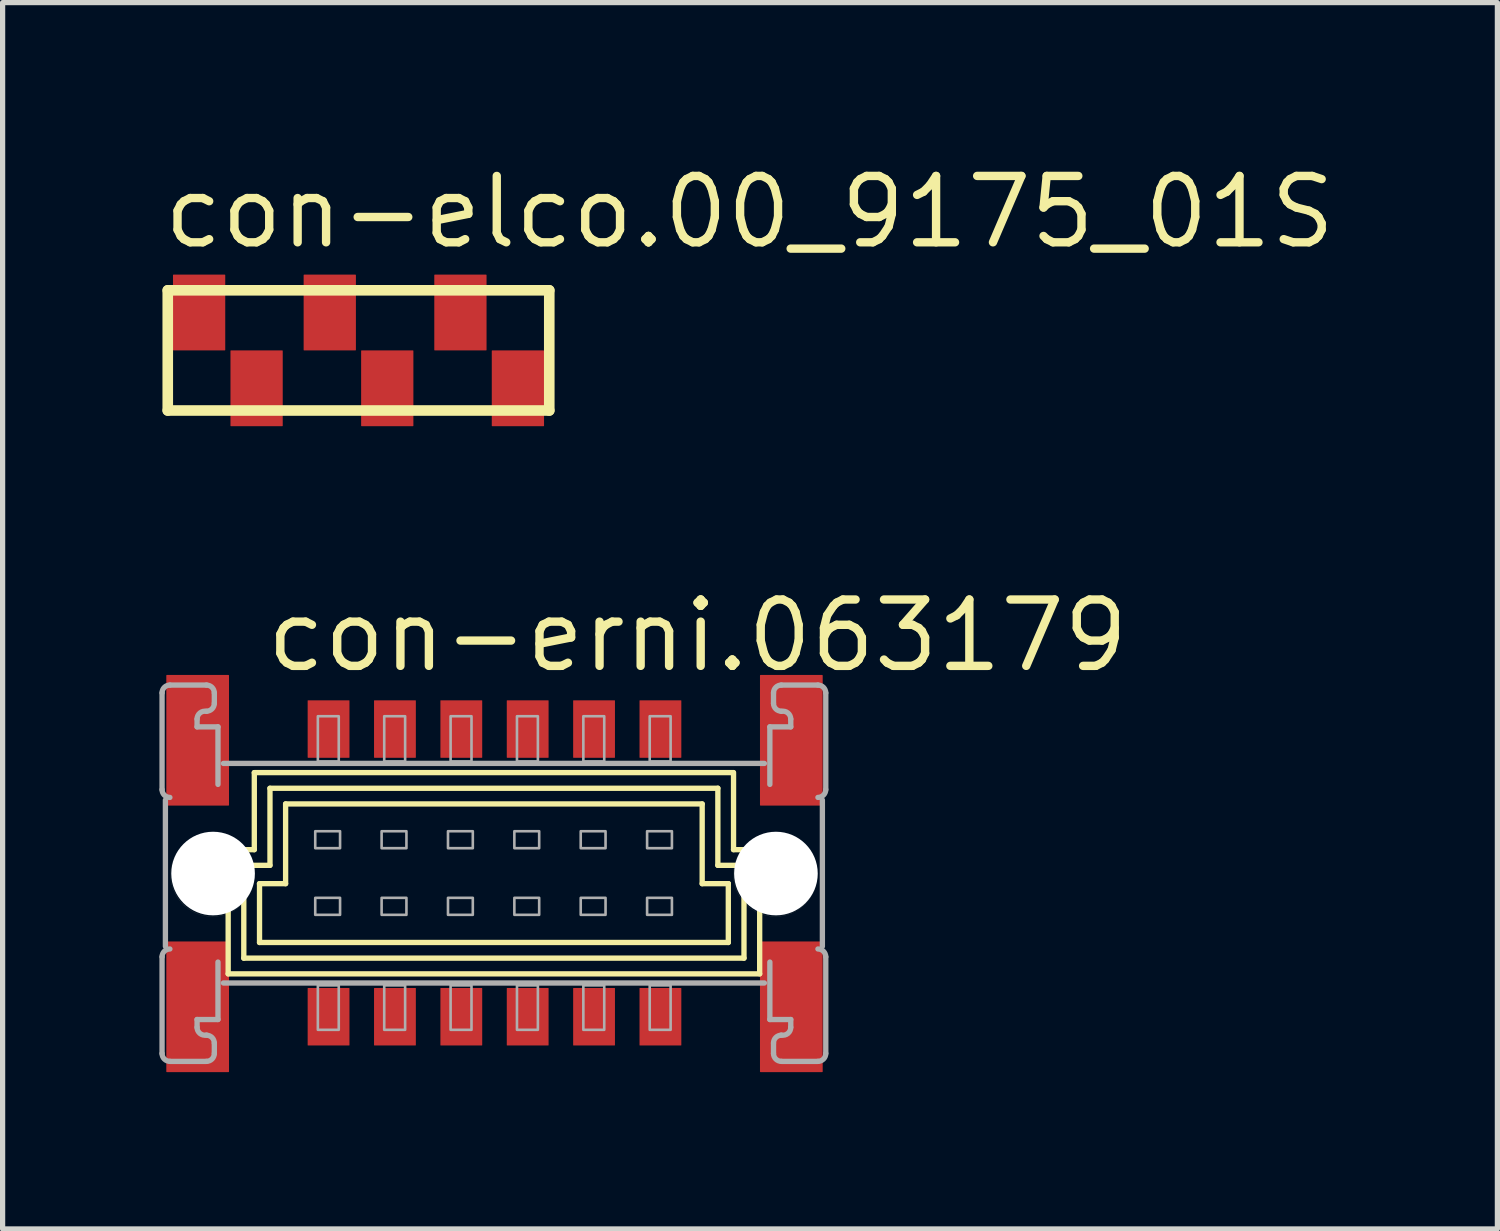
<source format=kicad_pcb>
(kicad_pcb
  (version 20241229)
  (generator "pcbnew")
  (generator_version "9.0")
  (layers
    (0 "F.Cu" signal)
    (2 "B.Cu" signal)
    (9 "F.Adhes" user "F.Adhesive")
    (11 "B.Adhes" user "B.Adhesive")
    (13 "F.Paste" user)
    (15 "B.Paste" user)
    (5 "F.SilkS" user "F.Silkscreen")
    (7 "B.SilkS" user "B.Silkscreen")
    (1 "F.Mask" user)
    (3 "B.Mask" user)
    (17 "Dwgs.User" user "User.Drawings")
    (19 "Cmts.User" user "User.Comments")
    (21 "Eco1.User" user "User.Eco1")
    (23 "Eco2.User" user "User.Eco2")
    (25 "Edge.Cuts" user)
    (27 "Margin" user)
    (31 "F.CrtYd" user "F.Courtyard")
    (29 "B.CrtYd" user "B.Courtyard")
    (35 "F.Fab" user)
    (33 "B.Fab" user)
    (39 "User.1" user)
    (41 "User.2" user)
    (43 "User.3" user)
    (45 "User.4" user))
  (footprint "con-erni.063179"
    (layer "F.Cu")
    (at 6.412 13.665)
    (property "Reference" "con-erni.063179" (at -4.445 -3.81 0) (layer "F.SilkS") (effects (font (size 1.27 1.27) (thickness 0.16)) (justify left bottom)))
    (attr smd)
    (fp_line (start -5.096 1.919) (end -5.096 -0.457) (stroke (width 0.102) (type default)) (layer "F.SilkS"))
    (fp_line (start -4.797 1.619) (end -4.797 -0.157) (stroke (width 0.102) (type default)) (layer "F.SilkS"))
    (fp_line (start -4.797 1.619) (end 4.774 1.619) (stroke (width 0.102) (type default)) (layer "F.SilkS"))
    (fp_line (start -4.597 -0.457) (end -5.097 -0.457) (stroke (width 0.102) (type default)) (layer "F.SilkS"))
    (fp_line (start -4.596 -0.457) (end -4.596 -1.931) (stroke (width 0.102) (type default)) (layer "F.SilkS"))
    (fp_line (start -4.496 1.319) (end -4.496 0.194) (stroke (width 0.102) (type default)) (layer "F.SilkS"))
    (fp_line (start -4.297 -0.157) (end -4.797 -0.157) (stroke (width 0.102) (type default)) (layer "F.SilkS"))
    (fp_line (start -4.296 -0.157) (end -4.296 -1.631) (stroke (width 0.102) (type default)) (layer "F.SilkS"))
    (fp_line (start -3.997 -1.332) (end -3.997 0.194) (stroke (width 0.102) (type default)) (layer "F.SilkS"))
    (fp_line (start -3.997 0.194) (end -4.497 0.194) (stroke (width 0.102) (type default)) (layer "F.SilkS"))
    (fp_line (start 3.974 0.194) (end 3.974 -1.331) (stroke (width 0.102) (type default)) (layer "F.SilkS"))
    (fp_line (start 3.974 -1.332) (end -3.997 -1.332) (stroke (width 0.102) (type default)) (layer "F.SilkS"))
    (fp_line (start 4.274 -1.632) (end -4.297 -1.632) (stroke (width 0.102) (type default)) (layer "F.SilkS"))
    (fp_line (start 4.274 -0.157) (end 4.274 -1.632) (stroke (width 0.102) (type default)) (layer "F.SilkS"))
    (fp_line (start 4.474 0.194) (end 3.974 0.194) (stroke (width 0.102) (type default)) (layer "F.SilkS"))
    (fp_line (start 4.474 1.319) (end -4.496 1.319) (stroke (width 0.102) (type default)) (layer "F.SilkS"))
    (fp_line (start 4.474 1.319) (end 4.474 0.194) (stroke (width 0.102) (type default)) (layer "F.SilkS"))
    (fp_line (start 4.474 0.194) (end 4.474 0.194) (stroke (width 0.102) (type default)) (layer "F.SilkS"))
    (fp_line (start 4.569 -1.931) (end -4.596 -1.931) (stroke (width 0.102) (type default)) (layer "F.SilkS"))
    (fp_line (start 4.574 -0.457) (end 4.574 -1.932) (stroke (width 0.102) (type default)) (layer "F.SilkS"))
    (fp_line (start 4.774 -0.157) (end 4.274 -0.157) (stroke (width 0.102) (type default)) (layer "F.SilkS"))
    (fp_line (start 4.774 1.619) (end 4.774 -0.157) (stroke (width 0.102) (type default)) (layer "F.SilkS"))
    (fp_line (start 5.074 1.919) (end -5.096 1.919) (stroke (width 0.102) (type default)) (layer "F.SilkS"))
    (fp_line (start 5.074 1.919) (end 5.074 -0.457) (stroke (width 0.102) (type default)) (layer "F.SilkS"))
    (fp_line (start 5.074 -0.457) (end 4.574 -0.457) (stroke (width 0.102) (type default)) (layer "F.SilkS"))
    (fp_circle (center -5.396 0.022) (end -4.596 0.022) (stroke (width 0.001) (type default)) (fill no) (layer "F.SilkS"))
    (fp_circle (center 5.373 0.022) (end 6.173 0.022) (stroke (width 0.001) (type default)) (fill no) (layer "F.SilkS"))
    (fp_line (start -6.361 -1.607) (end -6.361 -3.457) (stroke (width 0.102) (type default)) (layer "F.Fab"))
    (fp_line (start -6.361 1.593) (end -6.361 3.443) (stroke (width 0.102) (type default)) (layer "F.Fab"))
    (fp_line (start -6.297 -1.407) (end -6.297 1.394) (stroke (width 0.102) (type default)) (layer "F.Fab"))
    (fp_line (start -6.211 -3.607) (end -5.511 -3.607) (stroke (width 0.102) (type default)) (layer "F.Fab"))
    (fp_line (start -6.211 3.594) (end -5.511 3.594) (stroke (width 0.102) (type default)) (layer "F.Fab"))
    (fp_line (start -5.691 -2.957) (end -5.691 -2.807) (stroke (width 0.102) (type default)) (layer "F.Fab"))
    (fp_line (start -5.691 2.943) (end -5.691 2.793) (stroke (width 0.102) (type default)) (layer "F.Fab"))
    (fp_line (start -5.361 -3.457) (end -5.361 -3.256) (stroke (width 0.102) (type default)) (layer "F.Fab"))
    (fp_line (start -5.361 3.443) (end -5.361 3.244) (stroke (width 0.102) (type default)) (layer "F.Fab"))
    (fp_line (start -5.291 -2.807) (end -5.691 -2.807) (stroke (width 0.102) (type default)) (layer "F.Fab"))
    (fp_line (start -5.291 -2.807) (end -5.291 -1.706) (stroke (width 0.102) (type default)) (layer "F.Fab"))
    (fp_line (start -5.291 1.694) (end -5.291 2.793) (stroke (width 0.102) (type default)) (layer "F.Fab"))
    (fp_line (start -5.291 2.793) (end -5.691 2.793) (stroke (width 0.102) (type default)) (layer "F.Fab"))
    (fp_line (start -5.187 2.094) (end 5.164 2.094) (stroke (width 0.102) (type default)) (layer "F.Fab"))
    (fp_line (start 5.164 -2.107) (end -5.187 -2.107) (stroke (width 0.102) (type default)) (layer "F.Fab"))
    (fp_line (start 5.269 -2.807) (end 5.669 -2.807) (stroke (width 0.102) (type default)) (layer "F.Fab"))
    (fp_line (start 5.269 -1.706) (end 5.269 -2.807) (stroke (width 0.102) (type default)) (layer "F.Fab"))
    (fp_line (start 5.269 2.793) (end 5.269 1.694) (stroke (width 0.102) (type default)) (layer "F.Fab"))
    (fp_line (start 5.269 2.793) (end 5.669 2.793) (stroke (width 0.102) (type default)) (layer "F.Fab"))
    (fp_line (start 5.339 -3.457) (end 5.339 -3.256) (stroke (width 0.102) (type default)) (layer "F.Fab"))
    (fp_line (start 5.339 3.443) (end 5.339 3.244) (stroke (width 0.102) (type default)) (layer "F.Fab"))
    (fp_line (start 5.669 -2.957) (end 5.669 -2.807) (stroke (width 0.102) (type default)) (layer "F.Fab"))
    (fp_line (start 5.669 2.943) (end 5.669 2.793) (stroke (width 0.102) (type default)) (layer "F.Fab"))
    (fp_line (start 6.189 -3.607) (end 5.489 -3.607) (stroke (width 0.102) (type default)) (layer "F.Fab"))
    (fp_line (start 6.189 3.594) (end 5.489 3.594) (stroke (width 0.102) (type default)) (layer "F.Fab"))
    (fp_line (start 6.274 -1.407) (end 6.274 1.394) (stroke (width 0.102) (type default)) (layer "F.Fab"))
    (fp_line (start 6.339 -1.607) (end 6.339 -3.457) (stroke (width 0.102) (type default)) (layer "F.Fab"))
    (fp_line (start 6.339 1.593) (end 6.339 3.443) (stroke (width 0.102) (type default)) (layer "F.Fab"))
    (fp_rect (start -3.43 -0.485) (end -2.955 -0.81) (stroke (width 0.05) (type default)) (fill no) (layer "F.Fab"))
    (fp_rect (start -3.43 0.79) (end -2.955 0.465) (stroke (width 0.05) (type default)) (fill no) (layer "F.Fab"))
    (fp_rect (start -3.38 -2.145) (end -2.98 -3.01) (stroke (width 0.05) (type default)) (fill no) (layer "F.Fab"))
    (fp_rect (start -3.38 2.99) (end -2.98 2.14) (stroke (width 0.05) (type default)) (fill no) (layer "F.Fab"))
    (fp_rect (start -2.16 -0.485) (end -1.685 -0.81) (stroke (width 0.05) (type default)) (fill no) (layer "F.Fab"))
    (fp_rect (start -2.16 0.79) (end -1.685 0.465) (stroke (width 0.05) (type default)) (fill no) (layer "F.Fab"))
    (fp_rect (start -2.11 -2.145) (end -1.71 -3.01) (stroke (width 0.05) (type default)) (fill no) (layer "F.Fab"))
    (fp_rect (start -2.11 2.99) (end -1.71 2.14) (stroke (width 0.05) (type default)) (fill no) (layer "F.Fab"))
    (fp_rect (start -0.89 -0.485) (end -0.415 -0.81) (stroke (width 0.05) (type default)) (fill no) (layer "F.Fab"))
    (fp_rect (start -0.89 0.79) (end -0.415 0.465) (stroke (width 0.05) (type default)) (fill no) (layer "F.Fab"))
    (fp_rect (start -0.84 -2.145) (end -0.44 -3.01) (stroke (width 0.05) (type default)) (fill no) (layer "F.Fab"))
    (fp_rect (start -0.84 2.99) (end -0.44 2.14) (stroke (width 0.05) (type default)) (fill no) (layer "F.Fab"))
    (fp_rect (start 0.38 -0.485) (end 0.855 -0.81) (stroke (width 0.05) (type default)) (fill no) (layer "F.Fab"))
    (fp_rect (start 0.38 0.79) (end 0.855 0.465) (stroke (width 0.05) (type default)) (fill no) (layer "F.Fab"))
    (fp_rect (start 0.43 -2.145) (end 0.83 -3.01) (stroke (width 0.05) (type default)) (fill no) (layer "F.Fab"))
    (fp_rect (start 0.43 2.99) (end 0.83 2.14) (stroke (width 0.05) (type default)) (fill no) (layer "F.Fab"))
    (fp_rect (start 1.65 -0.485) (end 2.125 -0.81) (stroke (width 0.05) (type default)) (fill no) (layer "F.Fab"))
    (fp_rect (start 1.65 0.79) (end 2.125 0.465) (stroke (width 0.05) (type default)) (fill no) (layer "F.Fab"))
    (fp_rect (start 1.7 -2.145) (end 2.1 -3.01) (stroke (width 0.05) (type default)) (fill no) (layer "F.Fab"))
    (fp_rect (start 1.7 2.99) (end 2.1 2.14) (stroke (width 0.05) (type default)) (fill no) (layer "F.Fab"))
    (fp_rect (start 2.92 -0.485) (end 3.395 -0.81) (stroke (width 0.05) (type default)) (fill no) (layer "F.Fab"))
    (fp_rect (start 2.92 0.79) (end 3.395 0.465) (stroke (width 0.05) (type default)) (fill no) (layer "F.Fab"))
    (fp_rect (start 2.97 -2.145) (end 3.37 -3.01) (stroke (width 0.05) (type default)) (fill no) (layer "F.Fab"))
    (fp_rect (start 2.97 2.99) (end 3.37 2.14) (stroke (width 0.05) (type default)) (fill no) (layer "F.Fab"))
    (fp_arc (start -6.3612 -3.4565) (mid -6.317266 -3.562566) (end -6.2112 -3.6065) (stroke (width 0.1016) (type default)) (layer "F.Fab"))
    (fp_arc (start -6.3612 1.5935) (mid -6.317266 1.487434) (end -6.2112 1.4435) (stroke (width 0.1016) (type default)) (layer "F.Fab"))
    (fp_arc (start -6.2112 -1.4565) (mid -6.317266 -1.500434) (end -6.3612 -1.6065) (stroke (width 0.1016) (type default)) (layer "F.Fab"))
    (fp_arc (start -6.2112 3.5935) (mid -6.317266 3.549566) (end -6.3612 3.4435) (stroke (width 0.1016) (type default)) (layer "F.Fab"))
    (fp_arc (start -5.6912 -2.9565) (mid -5.636396 -3.072609) (end -5.5118 -3.1036) (stroke (width 0.1016) (type default)) (layer "F.Fab"))
    (fp_arc (start -5.5118 3.0906) (mid -5.636336 3.059535) (end -5.6912 2.9435) (stroke (width 0.1016) (type default)) (layer "F.Fab"))
    (fp_arc (start -5.5113 -3.6065) (mid -5.405234 -3.562566) (end -5.3613 -3.4565) (stroke (width 0.1016) (type default)) (layer "F.Fab"))
    (fp_arc (start -5.5113 3.0935) (mid -5.405234 3.137434) (end -5.3613 3.2435) (stroke (width 0.1016) (type default)) (layer "F.Fab"))
    (fp_arc (start -5.3613 -3.2565) (mid -5.405234 -3.150434) (end -5.5113 -3.1065) (stroke (width 0.1016) (type default)) (layer "F.Fab"))
    (fp_arc (start -5.3613 3.4435) (mid -5.405234 3.549566) (end -5.5113 3.5935) (stroke (width 0.1016) (type default)) (layer "F.Fab"))
    (fp_arc (start 5.3388 -3.4565) (mid 5.382734 -3.562566) (end 5.4888 -3.6065) (stroke (width 0.1016) (type default)) (layer "F.Fab"))
    (fp_arc (start 5.3388 3.2435) (mid 5.382734 3.137434) (end 5.4888 3.0935) (stroke (width 0.1016) (type default)) (layer "F.Fab"))
    (fp_arc (start 5.4888 -3.1065) (mid 5.382734 -3.150434) (end 5.3388 -3.2565) (stroke (width 0.1016) (type default)) (layer "F.Fab"))
    (fp_arc (start 5.4888 3.5935) (mid 5.382734 3.549566) (end 5.3388 3.4435) (stroke (width 0.1016) (type default)) (layer "F.Fab"))
    (fp_arc (start 5.4893 -3.1036) (mid 5.613898 -3.072574) (end 5.6688 -2.9565) (stroke (width 0.1016) (type default)) (layer "F.Fab"))
    (fp_arc (start 5.6688 2.9435) (mid 5.613898 3.059574) (end 5.4893 3.0906) (stroke (width 0.1016) (type default)) (layer "F.Fab"))
    (fp_arc (start 6.1888 -3.6065) (mid 6.294866 -3.562566) (end 6.3388 -3.4565) (stroke (width 0.1016) (type default)) (layer "F.Fab"))
    (fp_arc (start 6.1888 1.4435) (mid 6.294866 1.487434) (end 6.3388 1.5935) (stroke (width 0.1016) (type default)) (layer "F.Fab"))
    (fp_arc (start 6.3388 -1.6065) (mid 6.294866 -1.500434) (end 6.1888 -1.4565) (stroke (width 0.1016) (type default)) (layer "F.Fab"))
    (fp_arc (start 6.3388 3.4435) (mid 6.294866 3.549566) (end 6.1888 3.5935) (stroke (width 0.1016) (type default)) (layer "F.Fab"))
    (pad "" np_thru_hole circle (at -5.385 0) (size 1.6 1.6) (drill 1.6) (layers "*.Cu" "*.Mask"))
    (pad "" np_thru_hole circle (at 5.385 0) (size 1.6 1.6) (drill 1.6) (layers "*.Cu" "*.Mask"))
    (pad "A1" smd roundrect (at -3.175 -2.765 180) (size 0.8 1.1) (layers "F.Cu" "F.Mask" "F.Paste") (roundrect_rratio 0.01))
    (pad "A2" smd roundrect (at -1.905 -2.765 180) (size 0.8 1.1) (layers "F.Cu" "F.Mask" "F.Paste") (roundrect_rratio 0.01))
    (pad "A3" smd roundrect (at -0.635 -2.765 180) (size 0.8 1.1) (layers "F.Cu" "F.Mask" "F.Paste") (roundrect_rratio 0.01))
    (pad "A4" smd roundrect (at 0.635 -2.765 180) (size 0.8 1.1) (layers "F.Cu" "F.Mask" "F.Paste") (roundrect_rratio 0.01))
    (pad "A5" smd roundrect (at 1.905 -2.765 180) (size 0.8 1.1) (layers "F.Cu" "F.Mask" "F.Paste") (roundrect_rratio 0.01))
    (pad "A6" smd roundrect (at 3.175 -2.765 180) (size 0.8 1.1) (layers "F.Cu" "F.Mask" "F.Paste") (roundrect_rratio 0.01))
    (pad "B1" smd roundrect (at -3.175 2.74 180) (size 0.8 1.1) (layers "F.Cu" "F.Mask" "F.Paste") (roundrect_rratio 0.01))
    (pad "B2" smd roundrect (at -1.905 2.74 180) (size 0.8 1.1) (layers "F.Cu" "F.Mask" "F.Paste") (roundrect_rratio 0.01))
    (pad "B3" smd roundrect (at -0.635 2.74 180) (size 0.8 1.1) (layers "F.Cu" "F.Mask" "F.Paste") (roundrect_rratio 0.01))
    (pad "B4" smd roundrect (at 0.635 2.74 180) (size 0.8 1.1) (layers "F.Cu" "F.Mask" "F.Paste") (roundrect_rratio 0.01))
    (pad "B5" smd roundrect (at 1.905 2.74 180) (size 0.8 1.1) (layers "F.Cu" "F.Mask" "F.Paste") (roundrect_rratio 0.01))
    (pad "B6" smd roundrect (at 3.175 2.74 180) (size 0.8 1.1) (layers "F.Cu" "F.Mask" "F.Paste") (roundrect_rratio 0.01))
    (pad "M1" smd roundrect (at -5.68 -2.55 180) (size 1.2 2.5) (layers "F.Cu" "F.Mask" "F.Paste") (roundrect_rratio 0.01))
    (pad "M2" smd roundrect (at -5.68 2.55 180) (size 1.2 2.5) (layers "F.Cu" "F.Mask" "F.Paste") (roundrect_rratio 0.01))
    (pad "M3" smd roundrect (at 5.68 2.55) (size 1.2 2.5) (layers "F.Cu" "F.Mask" "F.Paste") (roundrect_rratio 0.01))
    (pad "M4" smd roundrect (at 5.68 -2.55) (size 1.2 2.5) (layers "F.Cu" "F.Mask" "F.Paste") (roundrect_rratio 0.01)))
  (footprint "con-elco.00_9175_01S"
    (layer "F.Cu")
    (at 3.81 3.655)
    (property "Reference" "con-elco.00_9175_01S" (at -3.81 -1.905 0) (layer "F.SilkS") (effects (font (size 1.27 1.27) (thickness 0.16)) (justify left bottom)))
    (attr smd)
    (fp_line (start -3.65 -1.15) (end 3.65 -1.15) (stroke (width 0.203) (type default)) (layer "F.SilkS"))
    (fp_line (start -3.65 1.15) (end -3.65 -1.15) (stroke (width 0.203) (type default)) (layer "F.SilkS"))
    (fp_line (start 3.65 -1.15) (end 3.65 1.15) (stroke (width 0.203) (type default)) (layer "F.SilkS"))
    (fp_line (start 3.65 1.15) (end -3.65 1.15) (stroke (width 0.203) (type default)) (layer "F.SilkS"))
    (pad "1A" smd roundrect (at -1.95 0.725) (size 1 1.45) (layers "F.Cu" "F.Mask" "F.Paste") (roundrect_rratio 0.01))
    (pad "1B" smd roundrect (at -3.05 -0.725) (size 1 1.45) (layers "F.Cu" "F.Mask" "F.Paste") (roundrect_rratio 0.01))
    (pad "2A" smd roundrect (at 0.55 0.725) (size 1 1.45) (layers "F.Cu" "F.Mask" "F.Paste") (roundrect_rratio 0.01))
    (pad "2B" smd roundrect (at -0.55 -0.725) (size 1 1.45) (layers "F.Cu" "F.Mask" "F.Paste") (roundrect_rratio 0.01))
    (pad "3A" smd roundrect (at 3.05 0.725) (size 1 1.45) (layers "F.Cu" "F.Mask" "F.Paste") (roundrect_rratio 0.01))
    (pad "3B" smd roundrect (at 1.95 -0.725) (size 1 1.45) (layers "F.Cu" "F.Mask" "F.Paste") (roundrect_rratio 0.01)))
  (gr_rect
    (start -3 -3)
    (end 25.602 20.465)
    (stroke (width 0.1) (type default))
    (fill no)
    (layer "Edge.Cuts")))
</source>
